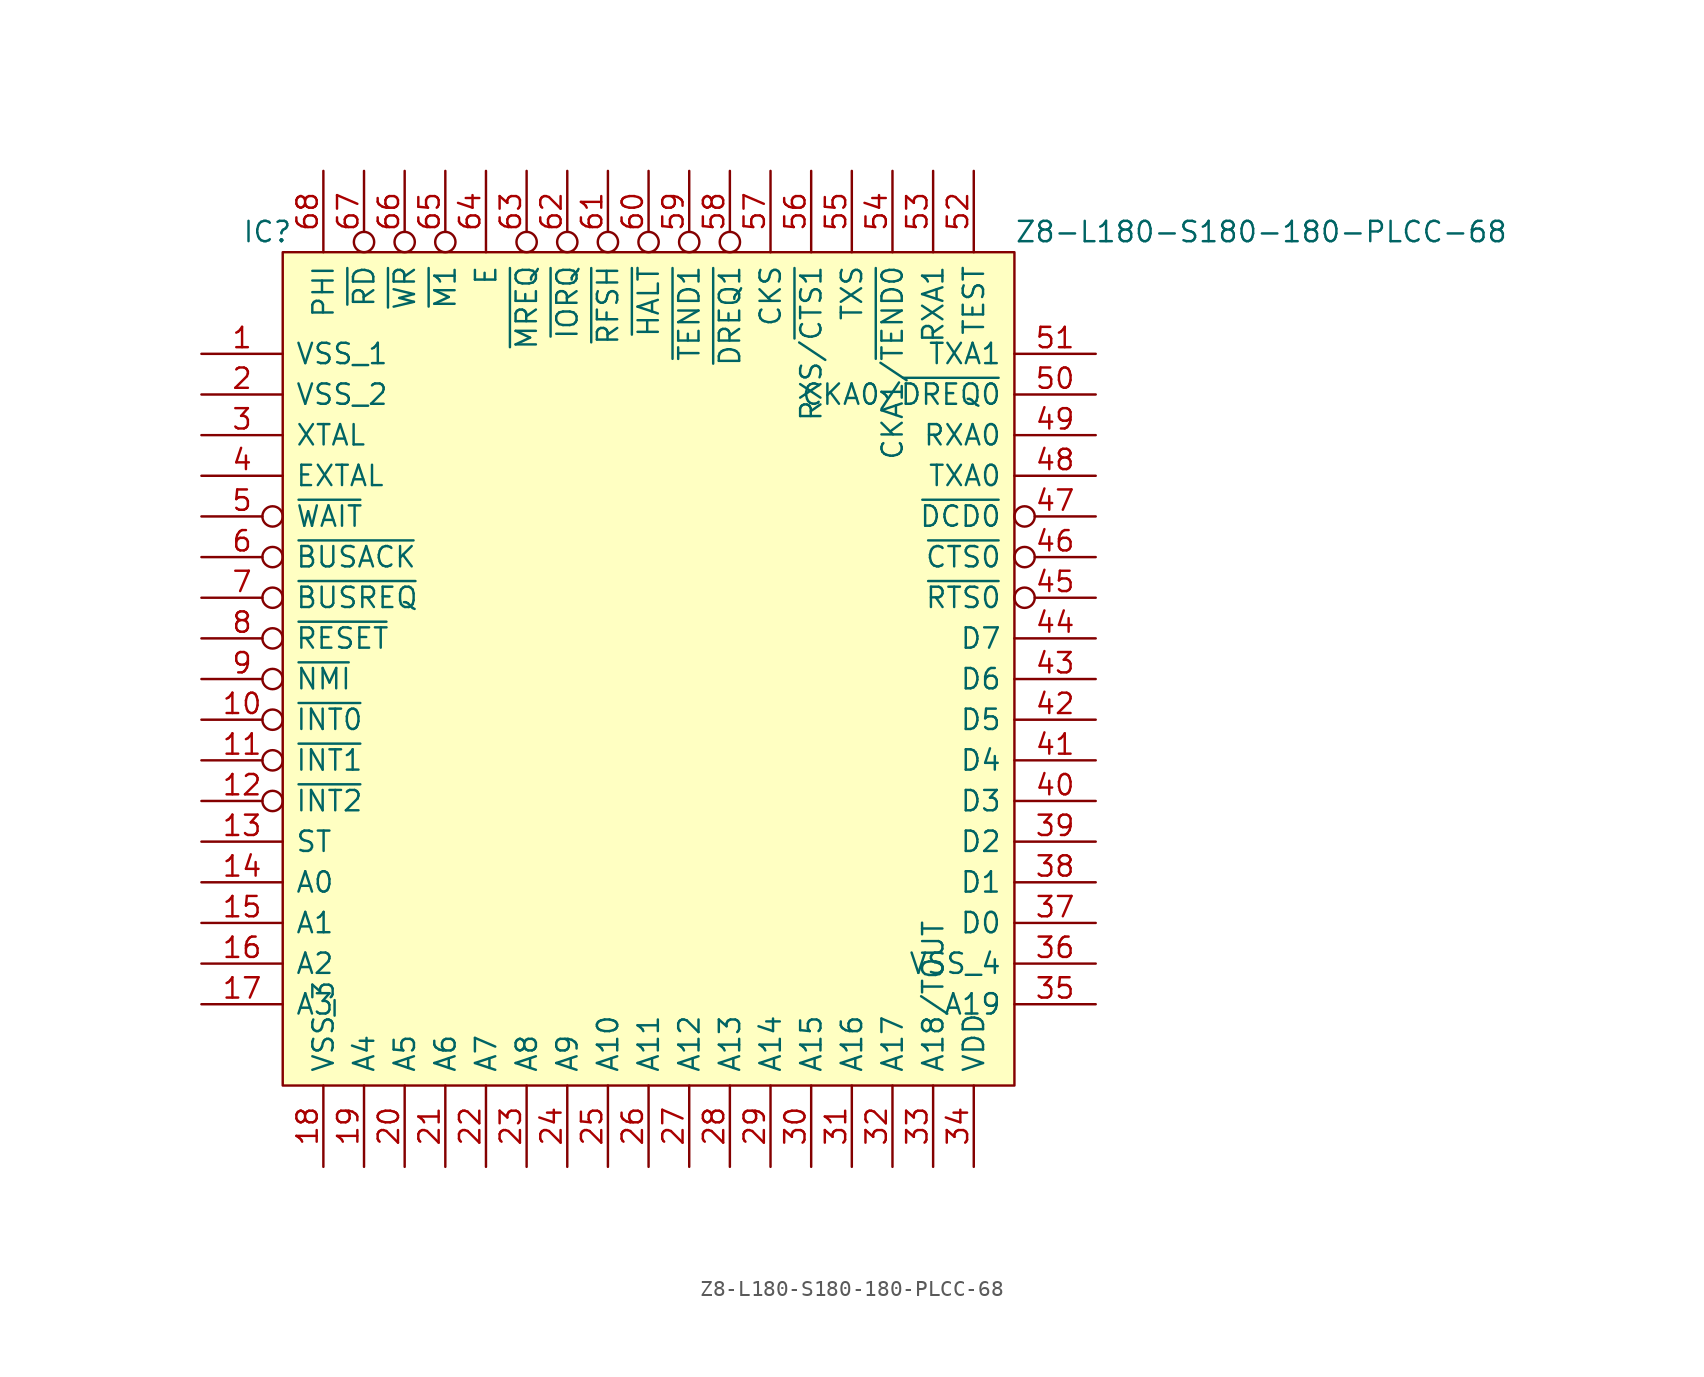
<source format=kicad_sym>
(kicad_symbol_lib
  (version 20211014)
  (generator kicad_symbol_editor)
  (symbol "Z8-L180-S180-180-PLCC-68"
    (pin_names
      (offset 0.762))
    (property "Reference" "IC"
      (at -2.54 1.27 0)
      (effects (font (size 1.27 1.27)) (justify left)))
    (property "Value" "Z8-L180-S180-180-PLCC-68"
      (at 45.72 1.27 0)
      (effects (font (size 1.27 1.27)) (justify left)))
    (symbol "Z8-L180-S180-180-PLCC-68_0_0"
      (pin power_in line (at -5.08 -6.35 0) (length 5.08) (name "VSS_1" (effects (font (size 1.27 1.27)))) (number "1" (effects (font (size 1.27 1.27)))))
      (pin input inverted (at -5.08 -29.21 0) (length 5.08) (name "~{INT0}" (effects (font (size 1.27 1.27)))) (number "10" (effects (font (size 1.27 1.27)))))
      (pin input inverted (at -5.08 -31.75 0) (length 5.08) (name "~{INT1}" (effects (font (size 1.27 1.27)))) (number "11" (effects (font (size 1.27 1.27)))))
      (pin input inverted (at -5.08 -34.29 0) (length 5.08) (name "~{INT2}" (effects (font (size 1.27 1.27)))) (number "12" (effects (font (size 1.27 1.27)))))
      (pin output line (at -5.08 -36.83 0) (length 5.08) (name "ST" (effects (font (size 1.27 1.27)))) (number "13" (effects (font (size 1.27 1.27)))))
      (pin output line (at -5.08 -39.37 0) (length 5.08) (name "A0" (effects (font (size 1.27 1.27)))) (number "14" (effects (font (size 1.27 1.27)))))
      (pin output line (at -5.08 -41.91 0) (length 5.08) (name "A1" (effects (font (size 1.27 1.27)))) (number "15" (effects (font (size 1.27 1.27)))))
      (pin output line (at -5.08 -44.45 0) (length 5.08) (name "A2" (effects (font (size 1.27 1.27)))) (number "16" (effects (font (size 1.27 1.27)))))
      (pin output line (at -5.08 -46.99 0) (length 5.08) (name "A3" (effects (font (size 1.27 1.27)))) (number "17" (effects (font (size 1.27 1.27)))))
      (pin power_in line (at 2.54 -57.15 90) (length 5.08) (name "VSS_3" (effects (font (size 1.27 1.27)))) (number "18" (effects (font (size 1.27 1.27)))))
      (pin output line (at 5.08 -57.15 90) (length 5.08) (name "A4" (effects (font (size 1.27 1.27)))) (number "19" (effects (font (size 1.27 1.27)))))
      (pin power_in line (at -5.08 -8.89 0) (length 5.08) (name "VSS_2" (effects (font (size 1.27 1.27)))) (number "2" (effects (font (size 1.27 1.27)))))
      (pin output line (at 7.62 -57.15 90) (length 5.08) (name "A5" (effects (font (size 1.27 1.27)))) (number "20" (effects (font (size 1.27 1.27)))))
      (pin output line (at 10.16 -57.15 90) (length 5.08) (name "A6" (effects (font (size 1.27 1.27)))) (number "21" (effects (font (size 1.27 1.27)))))
      (pin output line (at 12.7 -57.15 90) (length 5.08) (name "A7" (effects (font (size 1.27 1.27)))) (number "22" (effects (font (size 1.27 1.27)))))
      (pin output line (at 15.24 -57.15 90) (length 5.08) (name "A8" (effects (font (size 1.27 1.27)))) (number "23" (effects (font (size 1.27 1.27)))))
      (pin output line (at 17.78 -57.15 90) (length 5.08) (name "A9" (effects (font (size 1.27 1.27)))) (number "24" (effects (font (size 1.27 1.27)))))
      (pin output line (at 20.32 -57.15 90) (length 5.08) (name "A10" (effects (font (size 1.27 1.27)))) (number "25" (effects (font (size 1.27 1.27)))))
      (pin output line (at 22.86 -57.15 90) (length 5.08) (name "A11" (effects (font (size 1.27 1.27)))) (number "26" (effects (font (size 1.27 1.27)))))
      (pin output line (at 25.4 -57.15 90) (length 5.08) (name "A12" (effects (font (size 1.27 1.27)))) (number "27" (effects (font (size 1.27 1.27)))))
      (pin output line (at 27.94 -57.15 90) (length 5.08) (name "A13" (effects (font (size 1.27 1.27)))) (number "28" (effects (font (size 1.27 1.27)))))
      (pin output line (at 30.48 -57.15 90) (length 5.08) (name "A14" (effects (font (size 1.27 1.27)))) (number "29" (effects (font (size 1.27 1.27)))))
      (pin input line (at -5.08 -11.43 0) (length 5.08) (name "XTAL" (effects (font (size 1.27 1.27)))) (number "3" (effects (font (size 1.27 1.27)))))
      (pin output line (at 33.02 -57.15 90) (length 5.08) (name "A15" (effects (font (size 1.27 1.27)))) (number "30" (effects (font (size 1.27 1.27)))))
      (pin output line (at 35.56 -57.15 90) (length 5.08) (name "A16" (effects (font (size 1.27 1.27)))) (number "31" (effects (font (size 1.27 1.27)))))
      (pin output line (at 38.1 -57.15 90) (length 5.08) (name "A17" (effects (font (size 1.27 1.27)))) (number "32" (effects (font (size 1.27 1.27)))))
      (pin output line (at 40.64 -57.15 90) (length 5.08) (name "A18/TOUT" (effects (font (size 1.27 1.27)))) (number "33" (effects (font (size 1.27 1.27)))))
      (pin power_in line (at 43.18 -57.15 90) (length 5.08) (name "VDD" (effects (font (size 1.27 1.27)))) (number "34" (effects (font (size 1.27 1.27)))))
      (pin output line (at 50.8 -46.99 180) (length 5.08) (name "A19" (effects (font (size 1.27 1.27)))) (number "35" (effects (font (size 1.27 1.27)))))
      (pin power_in line (at 50.8 -44.45 180) (length 5.08) (name "VSS_4" (effects (font (size 1.27 1.27)))) (number "36" (effects (font (size 1.27 1.27)))))
      (pin tri_state line (at 50.8 -41.91 180) (length 5.08) (name "D0" (effects (font (size 1.27 1.27)))) (number "37" (effects (font (size 1.27 1.27)))))
      (pin tri_state line (at 50.8 -39.37 180) (length 5.08) (name "D1" (effects (font (size 1.27 1.27)))) (number "38" (effects (font (size 1.27 1.27)))))
      (pin tri_state line (at 50.8 -36.83 180) (length 5.08) (name "D2" (effects (font (size 1.27 1.27)))) (number "39" (effects (font (size 1.27 1.27)))))
      (pin input line (at -5.08 -13.97 0) (length 5.08) (name "EXTAL" (effects (font (size 1.27 1.27)))) (number "4" (effects (font (size 1.27 1.27)))))
      (pin tri_state line (at 50.8 -34.29 180) (length 5.08) (name "D3" (effects (font (size 1.27 1.27)))) (number "40" (effects (font (size 1.27 1.27)))))
      (pin tri_state line (at 50.8 -31.75 180) (length 5.08) (name "D4" (effects (font (size 1.27 1.27)))) (number "41" (effects (font (size 1.27 1.27)))))
      (pin tri_state line (at 50.8 -29.21 180) (length 5.08) (name "D5" (effects (font (size 1.27 1.27)))) (number "42" (effects (font (size 1.27 1.27)))))
      (pin tri_state line (at 50.8 -26.67 180) (length 5.08) (name "D6" (effects (font (size 1.27 1.27)))) (number "43" (effects (font (size 1.27 1.27)))))
      (pin tri_state line (at 50.8 -24.13 180) (length 5.08) (name "D7" (effects (font (size 1.27 1.27)))) (number "44" (effects (font (size 1.27 1.27)))))
      (pin output inverted (at 50.8 -21.59 180) (length 5.08) (name "~{RTS0}" (effects (font (size 1.27 1.27)))) (number "45" (effects (font (size 1.27 1.27)))))
      (pin input inverted (at 50.8 -19.05 180) (length 5.08) (name "~{CTS0}" (effects (font (size 1.27 1.27)))) (number "46" (effects (font (size 1.27 1.27)))))
      (pin input inverted (at 50.8 -16.51 180) (length 5.08) (name "~{DCD0}" (effects (font (size 1.27 1.27)))) (number "47" (effects (font (size 1.27 1.27)))))
      (pin output line (at 50.8 -13.97 180) (length 5.08) (name "TXA0" (effects (font (size 1.27 1.27)))) (number "48" (effects (font (size 1.27 1.27)))))
      (pin input line (at 50.8 -11.43 180) (length 5.08) (name "RXA0" (effects (font (size 1.27 1.27)))) (number "49" (effects (font (size 1.27 1.27)))))
      (pin input inverted (at -5.08 -16.51 0) (length 5.08) (name "~{WAIT}" (effects (font (size 1.27 1.27)))) (number "5" (effects (font (size 1.27 1.27)))))
      (pin bidirectional line (at 50.8 -8.89 180) (length 5.08) (name "CKA0/~{DREQ0}" (effects (font (size 1.27 1.27)))) (number "50" (effects (font (size 1.27 1.27)))))
      (pin output line (at 50.8 -6.35 180) (length 5.08) (name "TXA1" (effects (font (size 1.27 1.27)))) (number "51" (effects (font (size 1.27 1.27)))))
      (pin output line (at 43.18 5.08 270) (length 5.08) (name "TEST" (effects (font (size 1.27 1.27)))) (number "52" (effects (font (size 1.27 1.27)))))
      (pin input line (at 40.64 5.08 270) (length 5.08) (name "RXA1" (effects (font (size 1.27 1.27)))) (number "53" (effects (font (size 1.27 1.27)))))
      (pin bidirectional line (at 38.1 5.08 270) (length 5.08) (name "CKA1/~{TEND0}" (effects (font (size 1.27 1.27)))) (number "54" (effects (font (size 1.27 1.27)))))
      (pin output line (at 35.56 5.08 270) (length 5.08) (name "TXS" (effects (font (size 1.27 1.27)))) (number "55" (effects (font (size 1.27 1.27)))))
      (pin input line (at 33.02 5.08 270) (length 5.08) (name "RXS/~{CTS1}" (effects (font (size 1.27 1.27)))) (number "56" (effects (font (size 1.27 1.27)))))
      (pin bidirectional line (at 30.48 5.08 270) (length 5.08) (name "CKS" (effects (font (size 1.27 1.27)))) (number "57" (effects (font (size 1.27 1.27)))))
      (pin input inverted (at 27.94 5.08 270) (length 5.08) (name "~{DREQ1}" (effects (font (size 1.27 1.27)))) (number "58" (effects (font (size 1.27 1.27)))))
      (pin output inverted (at 25.4 5.08 270) (length 5.08) (name "~{TEND1}" (effects (font (size 1.27 1.27)))) (number "59" (effects (font (size 1.27 1.27)))))
      (pin output inverted (at -5.08 -19.05 0) (length 5.08) (name "~{BUSACK}" (effects (font (size 1.27 1.27)))) (number "6" (effects (font (size 1.27 1.27)))))
      (pin output inverted (at 22.86 5.08 270) (length 5.08) (name "~{HALT}" (effects (font (size 1.27 1.27)))) (number "60" (effects (font (size 1.27 1.27)))))
      (pin output inverted (at 20.32 5.08 270) (length 5.08) (name "~{RFSH}" (effects (font (size 1.27 1.27)))) (number "61" (effects (font (size 1.27 1.27)))))
      (pin output inverted (at 17.78 5.08 270) (length 5.08) (name "~{IORQ}" (effects (font (size 1.27 1.27)))) (number "62" (effects (font (size 1.27 1.27)))))
      (pin output inverted (at 15.24 5.08 270) (length 5.08) (name "~{MREQ}" (effects (font (size 1.27 1.27)))) (number "63" (effects (font (size 1.27 1.27)))))
      (pin output line (at 12.7 5.08 270) (length 5.08) (name "E" (effects (font (size 1.27 1.27)))) (number "64" (effects (font (size 1.27 1.27)))))
      (pin output inverted (at 10.16 5.08 270) (length 5.08) (name "~{M1}" (effects (font (size 1.27 1.27)))) (number "65" (effects (font (size 1.27 1.27)))))
      (pin output inverted (at 7.62 5.08 270) (length 5.08) (name "~{WR}" (effects (font (size 1.27 1.27)))) (number "66" (effects (font (size 1.27 1.27)))))
      (pin output inverted (at 5.08 5.08 270) (length 5.08) (name "~{RD}" (effects (font (size 1.27 1.27)))) (number "67" (effects (font (size 1.27 1.27)))))
      (pin output line (at 2.54 5.08 270) (length 5.08) (name "PHI" (effects (font (size 1.27 1.27)))) (number "68" (effects (font (size 1.27 1.27)))))
      (pin input inverted (at -5.08 -21.59 0) (length 5.08) (name "~{BUSREQ}" (effects (font (size 1.27 1.27)))) (number "7" (effects (font (size 1.27 1.27)))))
      (pin input inverted (at -5.08 -24.13 0) (length 5.08) (name "~{RESET}" (effects (font (size 1.27 1.27)))) (number "8" (effects (font (size 1.27 1.27)))))
      (pin input inverted (at -5.08 -26.67 0) (length 5.08) (name "~{NMI}" (effects (font (size 1.27 1.27)))) (number "9" (effects (font (size 1.27 1.27))))))
    (symbol "Z8-L180-S180-180-PLCC-68_0_1"
      (rectangle (start 0 0) (end 45.72 -52.07) (stroke (width 0.152) (type solid)) (fill (type background))))))
</source>
